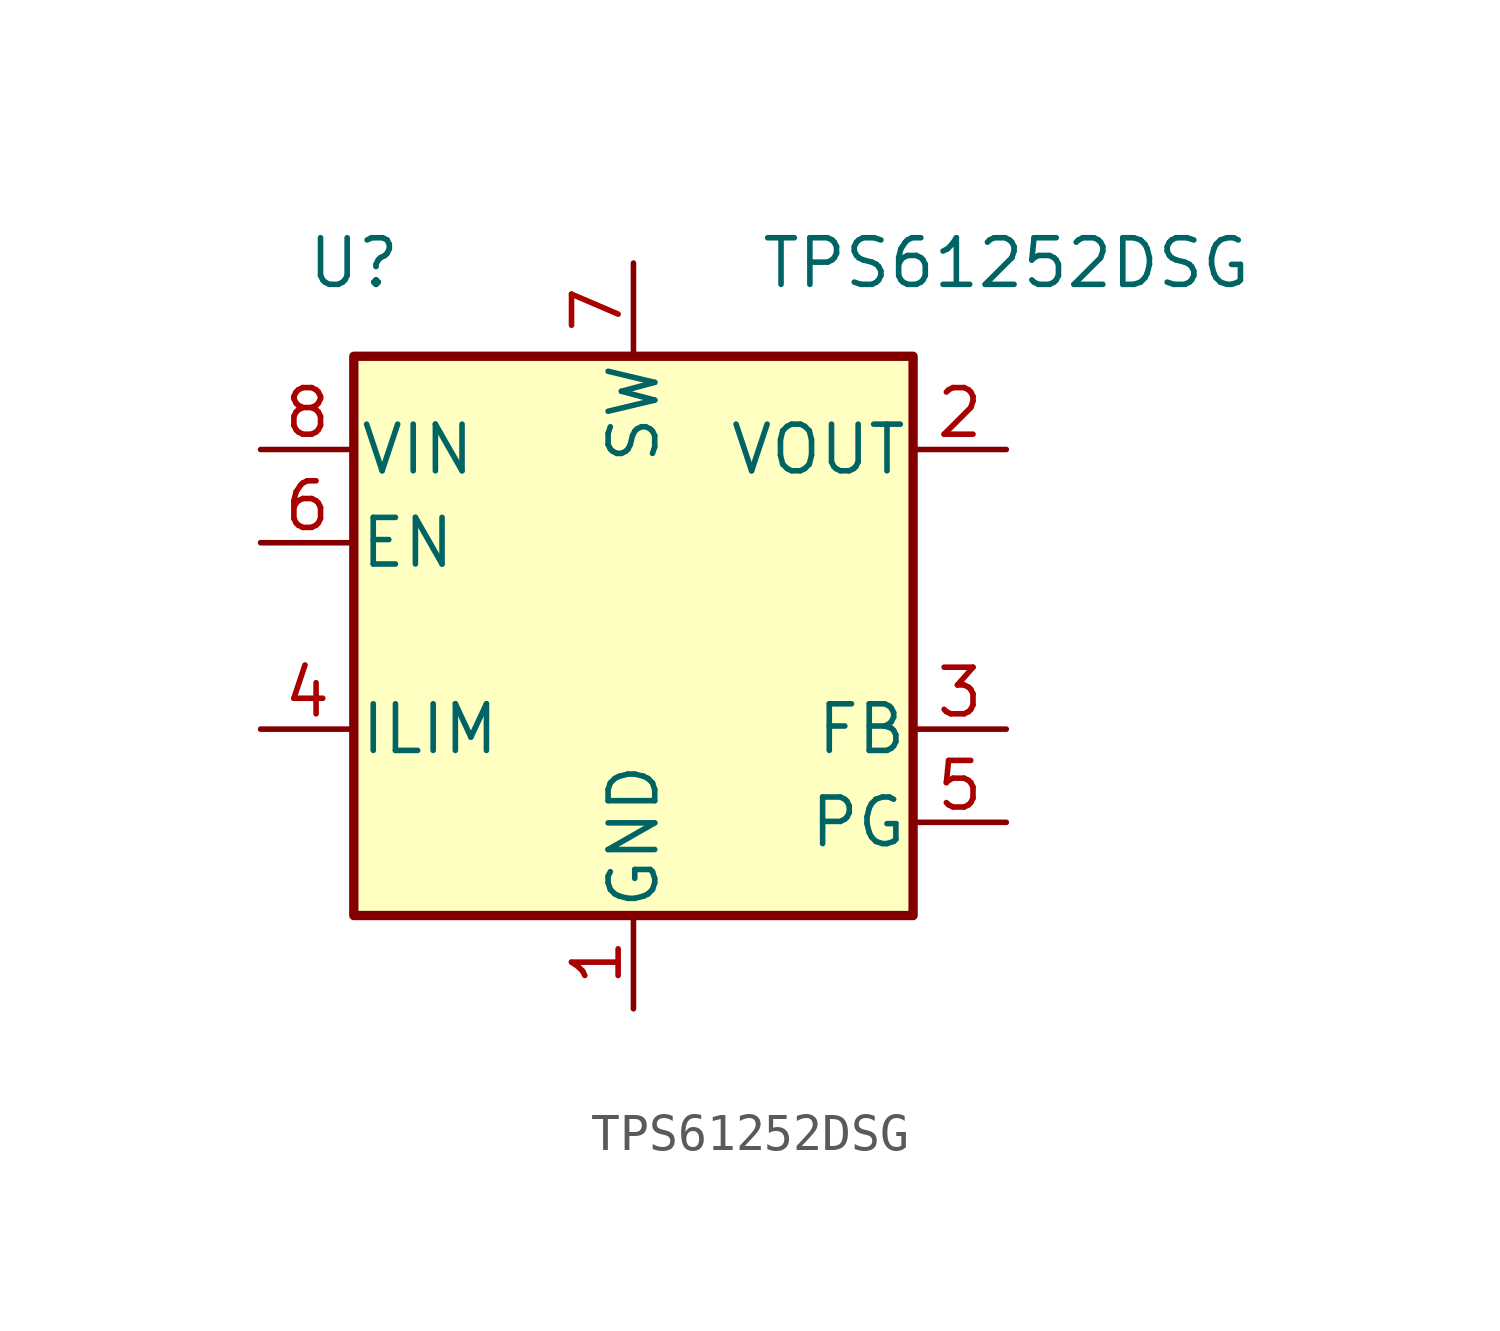
<source format=kicad_sym>
(kicad_symbol_lib
  (version 20241209)
  (generator "kicad_symbol_editor")
  (generator_version "9.0")
  (symbol "TPS61252DSG"
    (pin_names
      (offset 0.127))
    (property "Reference" "U"
      (at -7.62 10.16 0)
      (effects (font (size 1.27 1.27))))
    (property "Value" "TPS61252DSG"
      (at 10.16 10.16 0)
      (effects (font (size 1.27 1.27))))
    (symbol "TPS61252DSG_1_1"
      (rectangle (start -7.62 7.62) (end 7.62 -7.62) (stroke (width 0.254) (type default)) (fill (type background)))
      (pin power_in line (at -10.16 5.08 0) (length 2.54) (name "VIN" (effects (font (size 1.27 1.27)))) (number "8" (effects (font (size 1.27 1.27)))))
      (pin input line (at -10.16 2.54 0) (length 2.54) (name "EN" (effects (font (size 1.27 1.27)))) (number "6" (effects (font (size 1.27 1.27)))))
      (pin input line (at -10.16 -2.54 0) (length 2.54) (name "ILIM" (effects (font (size 1.27 1.27)))) (number "4" (effects (font (size 1.27 1.27)))))
      (pin passive line (at 0 10.16 270) (length 2.54) (name "SW" (effects (font (size 1.27 1.27)))) (number "7" (effects (font (size 1.27 1.27)))))
      (pin power_in line (at 0 -10.16 90) (length 2.54) (name "GND" (effects (font (size 1.27 1.27)))) (number "1" (effects (font (size 1.27 1.27)))))
      (pin passive line (at 0 -10.16 90) (length 2.54) (hide yes) (name "GND" (effects (font (size 1.27 1.27)))) (number "9" (effects (font (size 1.27 1.27)))))
      (pin power_out line (at 10.16 5.08 180) (length 2.54) (name "VOUT" (effects (font (size 1.27 1.27)))) (number "2" (effects (font (size 1.27 1.27)))))
      (pin input line (at 10.16 -2.54 180) (length 2.54) (name "FB" (effects (font (size 1.27 1.27)))) (number "3" (effects (font (size 1.27 1.27)))))
      (pin open_collector line (at 10.16 -5.08 180) (length 2.54) (name "PG" (effects (font (size 1.27 1.27)))) (number "5" (effects (font (size 1.27 1.27))))))))
</source>
